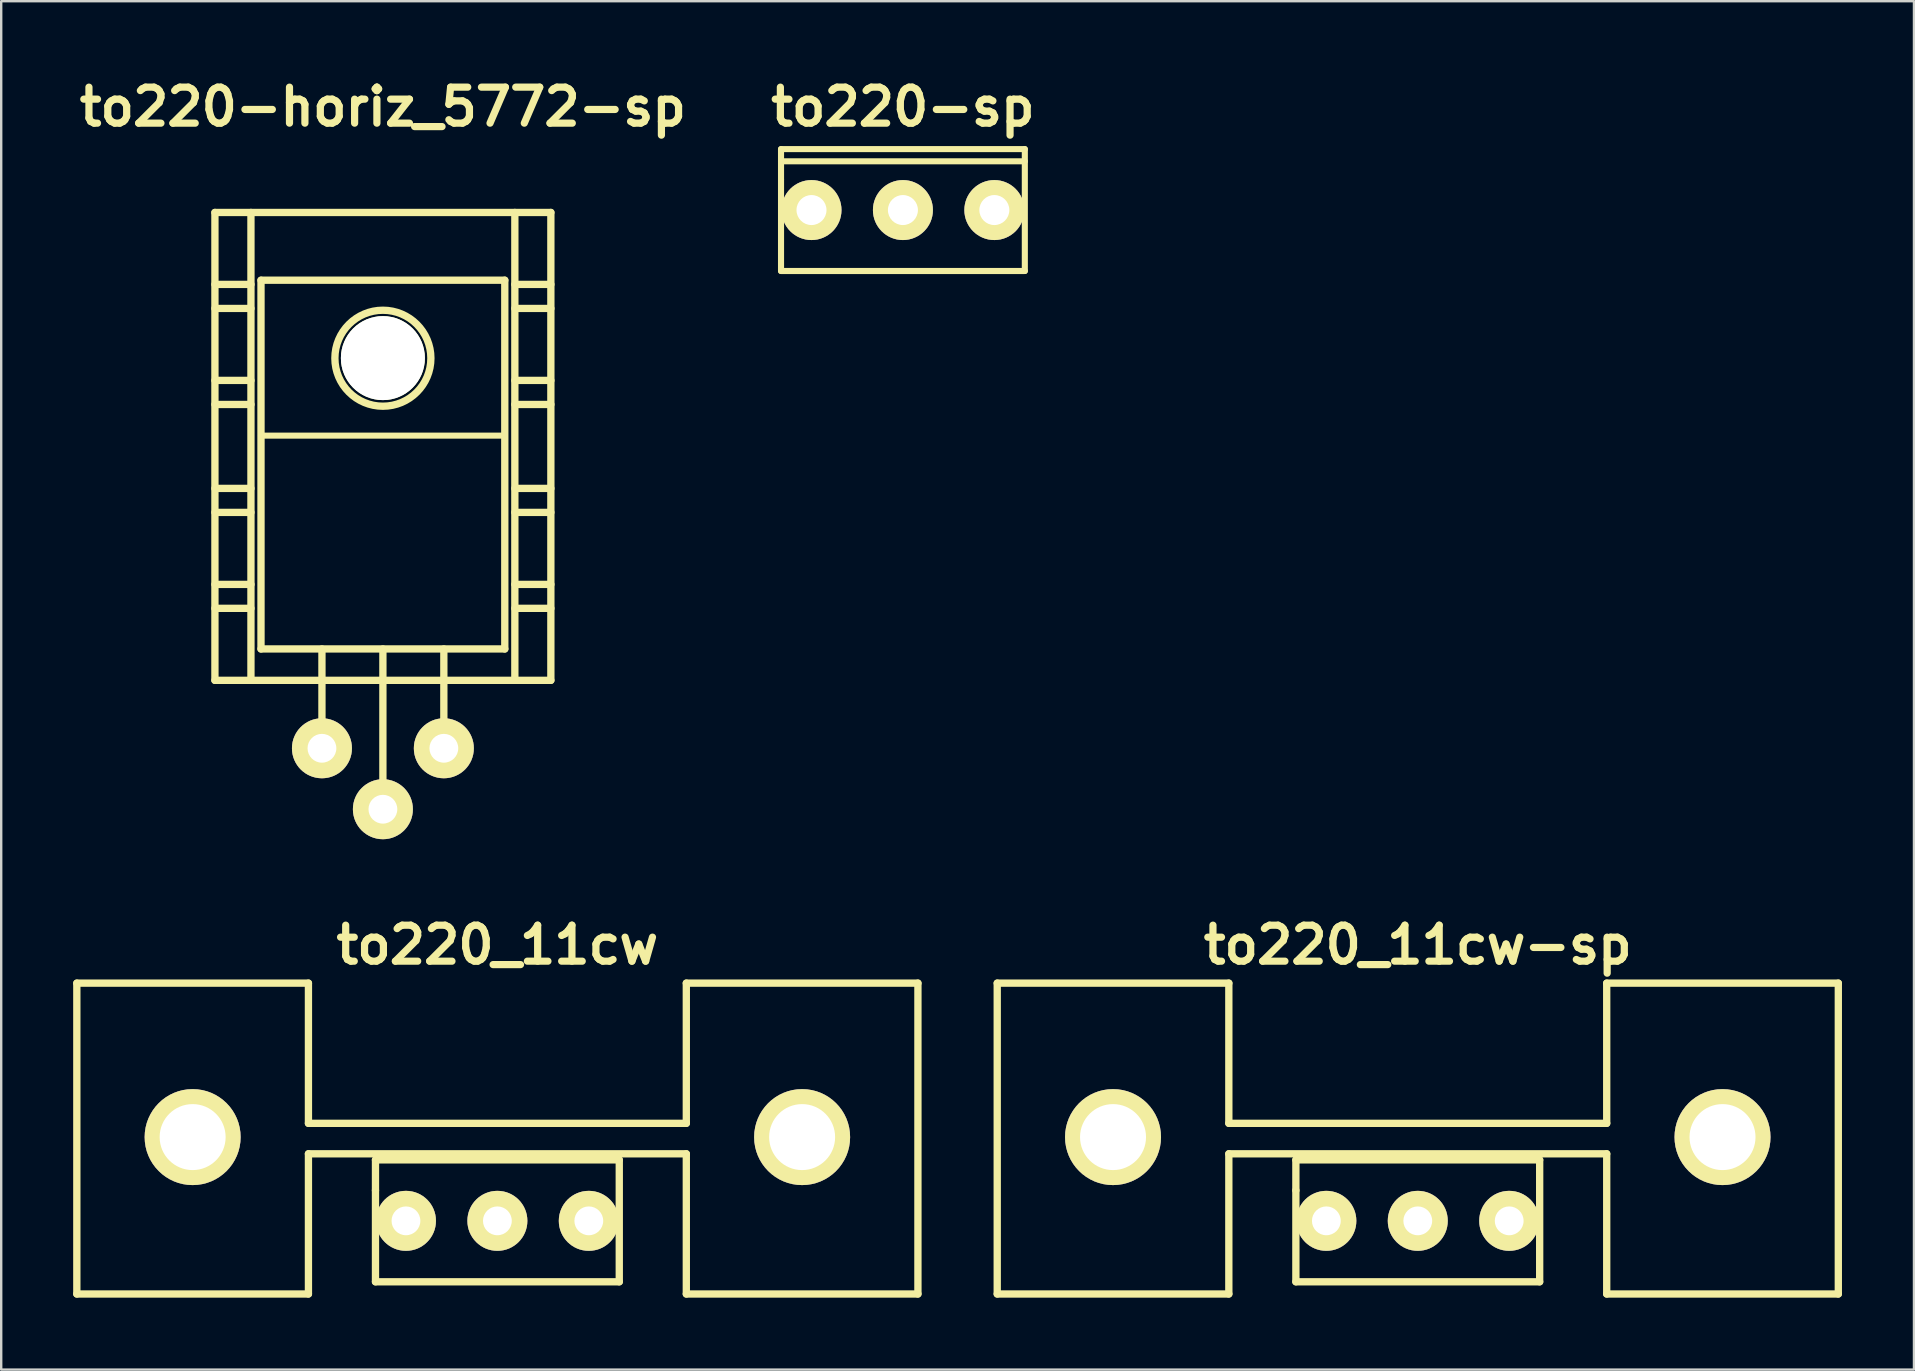
<source format=kicad_pcb>
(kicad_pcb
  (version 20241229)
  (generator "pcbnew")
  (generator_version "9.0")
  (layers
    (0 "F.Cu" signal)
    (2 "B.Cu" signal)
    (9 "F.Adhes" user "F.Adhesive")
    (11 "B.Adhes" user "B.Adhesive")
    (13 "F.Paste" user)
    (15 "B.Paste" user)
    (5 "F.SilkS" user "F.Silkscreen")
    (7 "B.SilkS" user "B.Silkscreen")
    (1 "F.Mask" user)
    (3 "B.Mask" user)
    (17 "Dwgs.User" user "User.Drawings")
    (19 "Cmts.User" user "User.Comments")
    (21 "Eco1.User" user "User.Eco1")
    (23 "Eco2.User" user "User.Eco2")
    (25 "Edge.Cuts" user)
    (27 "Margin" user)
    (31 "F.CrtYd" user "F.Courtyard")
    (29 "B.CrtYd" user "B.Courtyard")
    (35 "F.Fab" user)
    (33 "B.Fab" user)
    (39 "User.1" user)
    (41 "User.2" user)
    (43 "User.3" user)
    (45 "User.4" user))
  (footprint "to220_11cw-sp"
    (layer "F.Cu")
    (at 56.035 47.828)
    (property "Reference" "to220_11cw-sp" (at 0 -11.5 0) (layer "F.SilkS") (effects (font (size 1.5 1.5) (thickness 0.3))))
    (attr through_hole)
    (fp_line (start -17.526 -9.906) (end -17.526 3.048) (stroke (width 0.305) (type solid)) (layer "F.SilkS"))
    (fp_line (start -17.526 3.048) (end -7.874 3.048) (stroke (width 0.305) (type solid)) (layer "F.SilkS"))
    (fp_line (start -7.874 -9.906) (end -17.526 -9.906) (stroke (width 0.305) (type solid)) (layer "F.SilkS"))
    (fp_line (start -7.874 -9.906) (end -7.874 -4.064) (stroke (width 0.305) (type solid)) (layer "F.SilkS"))
    (fp_line (start -7.874 -2.794) (end -7.874 3.048) (stroke (width 0.305) (type solid)) (layer "F.SilkS"))
    (fp_line (start -7.874 -2.794) (end 7.874 -2.794) (stroke (width 0.305) (type solid)) (layer "F.SilkS"))
    (fp_line (start -5.08 -2.54) (end -5.08 -1.27) (stroke (width 0.305) (type solid)) (layer "F.SilkS"))
    (fp_line (start -5.08 -1.27) (end -5.08 2.54) (stroke (width 0.305) (type solid)) (layer "F.SilkS"))
    (fp_line (start -5.08 2.54) (end 5.08 2.54) (stroke (width 0.305) (type solid)) (layer "F.SilkS"))
    (fp_line (start 5.08 -2.54) (end -5.08 -2.54) (stroke (width 0.305) (type solid)) (layer "F.SilkS"))
    (fp_line (start 5.08 2.54) (end 5.08 -2.54) (stroke (width 0.305) (type solid)) (layer "F.SilkS"))
    (fp_line (start 7.874 -9.906) (end 7.874 -4.064) (stroke (width 0.305) (type solid)) (layer "F.SilkS"))
    (fp_line (start 7.874 -4.064) (end -7.874 -4.064) (stroke (width 0.305) (type solid)) (layer "F.SilkS"))
    (fp_line (start 7.874 3.048) (end 7.874 -2.794) (stroke (width 0.305) (type solid)) (layer "F.SilkS"))
    (fp_line (start 7.874 3.048) (end 17.526 3.048) (stroke (width 0.305) (type solid)) (layer "F.SilkS"))
    (fp_line (start 17.526 -9.906) (end 7.874 -9.906) (stroke (width 0.305) (type solid)) (layer "F.SilkS"))
    (fp_line (start 17.526 -9.906) (end 17.526 3.048) (stroke (width 0.305) (type solid)) (layer "F.SilkS"))
    (pad "" thru_hole circle (at -12.7 -3.49) (size 4 4) (drill 2.75) (layers "*.Cu" "*.Mask" "F.SilkS"))
    (pad "" thru_hole circle (at 12.7 -3.49) (size 4 4) (drill 2.75) (layers "*.Cu" "*.Mask" "F.SilkS"))
    (pad "1" thru_hole circle (at -3.81 0) (size 2.5 2.5) (drill 1.2) (layers "*.Cu" "*.Mask" "F.SilkS"))
    (pad "2" thru_hole circle (at 0 0) (size 2.5 2.5) (drill 1.2) (layers "*.Cu" "*.Mask" "F.SilkS"))
    (pad "3" thru_hole circle (at 3.81 0) (size 2.5 2.5) (drill 1.2) (layers "*.Cu" "*.Mask" "F.SilkS")))
  (footprint "to220_11cw"
    (layer "F.Cu")
    (at 17.678 47.828)
    (property "Reference" "to220_11cw" (at 0 -11.5 0) (layer "F.SilkS") (effects (font (size 1.5 1.5) (thickness 0.3))))
    (attr through_hole)
    (fp_line (start -17.526 -9.906) (end -17.526 3.048) (stroke (width 0.305) (type solid)) (layer "F.SilkS"))
    (fp_line (start -17.526 3.048) (end -7.874 3.048) (stroke (width 0.305) (type solid)) (layer "F.SilkS"))
    (fp_line (start -7.874 -9.906) (end -17.526 -9.906) (stroke (width 0.305) (type solid)) (layer "F.SilkS"))
    (fp_line (start -7.874 -9.906) (end -7.874 -4.064) (stroke (width 0.305) (type solid)) (layer "F.SilkS"))
    (fp_line (start -7.874 -2.794) (end -7.874 3.048) (stroke (width 0.305) (type solid)) (layer "F.SilkS"))
    (fp_line (start -7.874 -2.794) (end 7.874 -2.794) (stroke (width 0.305) (type solid)) (layer "F.SilkS"))
    (fp_line (start -5.08 -2.54) (end -5.08 -1.27) (stroke (width 0.305) (type solid)) (layer "F.SilkS"))
    (fp_line (start -5.08 -1.27) (end -5.08 2.54) (stroke (width 0.305) (type solid)) (layer "F.SilkS"))
    (fp_line (start -5.08 2.54) (end 5.08 2.54) (stroke (width 0.305) (type solid)) (layer "F.SilkS"))
    (fp_line (start 5.08 -2.54) (end -5.08 -2.54) (stroke (width 0.305) (type solid)) (layer "F.SilkS"))
    (fp_line (start 5.08 2.54) (end 5.08 -2.54) (stroke (width 0.305) (type solid)) (layer "F.SilkS"))
    (fp_line (start 7.874 -9.906) (end 7.874 -4.064) (stroke (width 0.305) (type solid)) (layer "F.SilkS"))
    (fp_line (start 7.874 -4.064) (end -7.874 -4.064) (stroke (width 0.305) (type solid)) (layer "F.SilkS"))
    (fp_line (start 7.874 3.048) (end 7.874 -2.794) (stroke (width 0.305) (type solid)) (layer "F.SilkS"))
    (fp_line (start 7.874 3.048) (end 17.526 3.048) (stroke (width 0.305) (type solid)) (layer "F.SilkS"))
    (fp_line (start 17.526 -9.906) (end 7.874 -9.906) (stroke (width 0.305) (type solid)) (layer "F.SilkS"))
    (fp_line (start 17.526 -9.906) (end 17.526 3.048) (stroke (width 0.305) (type solid)) (layer "F.SilkS"))
    (pad "" thru_hole circle (at -12.7 -3.49) (size 4 4) (drill 2.75) (layers "*.Cu" "*.Mask" "F.SilkS"))
    (pad "" thru_hole circle (at 12.7 -3.49) (size 4 4) (drill 2.75) (layers "*.Cu" "*.Mask" "F.SilkS"))
    (pad "1" thru_hole circle (at 3.81 0) (size 2.5 2.5) (drill 1.2) (layers "*.Cu" "*.Mask" "F.SilkS"))
    (pad "2" thru_hole circle (at 0 0) (size 2.5 2.5) (drill 1.2) (layers "*.Cu" "*.Mask" "F.SilkS"))
    (pad "3" thru_hole circle (at -3.81 0) (size 2.5 2.5) (drill 1.2) (layers "*.Cu" "*.Mask" "F.SilkS")))
  (footprint "to220-sp"
    (layer "F.Cu")
    (at 34.579 5.704)
    (property "Reference" "to220-sp" (at 0 -4.3 0) (layer "F.SilkS") (effects (font (size 1.5 1.5) (thickness 0.3))))
    (attr through_hole)
    (fp_line (start -5.08 -2.54) (end -5.08 -1.27) (stroke (width 0.254) (type solid)) (layer "F.SilkS"))
    (fp_line (start -5.08 -2.032) (end 5.08 -2.032) (stroke (width 0.254) (type solid)) (layer "F.SilkS"))
    (fp_line (start -5.08 -1.27) (end -5.08 2.54) (stroke (width 0.254) (type solid)) (layer "F.SilkS"))
    (fp_line (start -5.08 2.54) (end 5.08 2.54) (stroke (width 0.254) (type solid)) (layer "F.SilkS"))
    (fp_line (start 5.08 -2.54) (end -5.08 -2.54) (stroke (width 0.254) (type solid)) (layer "F.SilkS"))
    (fp_line (start 5.08 2.54) (end 5.08 -2.54) (stroke (width 0.254) (type solid)) (layer "F.SilkS"))
    (pad "1" thru_hole circle (at -3.81 0) (size 2.5 2.5) (drill 1.25) (layers "*.Cu" "*.Mask" "F.SilkS"))
    (pad "2" thru_hole circle (at 0 0) (size 2.5 2.5) (drill 1.25) (layers "*.Cu" "*.Mask" "F.SilkS"))
    (pad "3" thru_hole circle (at 3.81 0) (size 2.5 2.5) (drill 1.25) (layers "*.Cu" "*.Mask" "F.SilkS")))
  (footprint "to220-horiz_5772-sp"
    (layer "F.Cu")
    (at 12.907 19.804)
    (property "Reference" "to220-horiz_5772-sp" (at 0 -18.4 0) (layer "F.SilkS") (effects (font (size 1.5 1.5) (thickness 0.3))))
    (attr through_hole)
    (fp_line (start -7 -14) (end -7 5.499) (stroke (width 0.305) (type solid)) (layer "F.SilkS"))
    (fp_line (start -7 -11.001) (end -5.499 -11.001) (stroke (width 0.305) (type solid)) (layer "F.SilkS"))
    (fp_line (start -7 -10) (end -5.499 -10) (stroke (width 0.305) (type solid)) (layer "F.SilkS"))
    (fp_line (start -7 -7) (end -5.499 -7) (stroke (width 0.305) (type solid)) (layer "F.SilkS"))
    (fp_line (start -7 -5.999) (end -5.499 -5.999) (stroke (width 0.305) (type solid)) (layer "F.SilkS"))
    (fp_line (start -7 -2.499) (end -5.499 -2.499) (stroke (width 0.305) (type solid)) (layer "F.SilkS"))
    (fp_line (start -7 -1.501) (end -5.499 -1.501) (stroke (width 0.305) (type solid)) (layer "F.SilkS"))
    (fp_line (start -7 1.501) (end -5.499 1.501) (stroke (width 0.305) (type solid)) (layer "F.SilkS"))
    (fp_line (start -7 2.499) (end -5.499 2.499) (stroke (width 0.305) (type solid)) (layer "F.SilkS"))
    (fp_line (start -7 5.499) (end 7 5.499) (stroke (width 0.305) (type solid)) (layer "F.SilkS"))
    (fp_line (start -5.499 5.499) (end -5.499 -14) (stroke (width 0.305) (type solid)) (layer "F.SilkS"))
    (fp_line (start -5.08 -11.176) (end -5.08 4.191) (stroke (width 0.305) (type solid)) (layer "F.SilkS"))
    (fp_line (start -5.08 4.191) (end 5.08 4.191) (stroke (width 0.305) (type solid)) (layer "F.SilkS"))
    (fp_line (start -2.54 8.382) (end -2.54 4.191) (stroke (width 0.305) (type solid)) (layer "F.SilkS"))
    (fp_line (start 0 4.191) (end 0 10.922) (stroke (width 0.305) (type solid)) (layer "F.SilkS"))
    (fp_line (start 2.54 8.382) (end 2.54 4.191) (stroke (width 0.305) (type solid)) (layer "F.SilkS"))
    (fp_line (start 5.08 -11.176) (end -5.08 -11.176) (stroke (width 0.305) (type solid)) (layer "F.SilkS"))
    (fp_line (start 5.08 -4.699) (end -5.08 -4.699) (stroke (width 0.254) (type solid)) (layer "F.SilkS"))
    (fp_line (start 5.08 4.191) (end 5.08 -11.176) (stroke (width 0.305) (type solid)) (layer "F.SilkS"))
    (fp_line (start 5.499 -14) (end 5.499 5.499) (stroke (width 0.305) (type solid)) (layer "F.SilkS"))
    (fp_line (start 5.499 -11.001) (end 7 -11.001) (stroke (width 0.305) (type solid)) (layer "F.SilkS"))
    (fp_line (start 5.499 -10) (end 7 -10) (stroke (width 0.305) (type solid)) (layer "F.SilkS"))
    (fp_line (start 5.499 -7) (end 7 -7) (stroke (width 0.305) (type solid)) (layer "F.SilkS"))
    (fp_line (start 5.499 -5.999) (end 7 -5.999) (stroke (width 0.305) (type solid)) (layer "F.SilkS"))
    (fp_line (start 5.499 -2.499) (end 7 -2.499) (stroke (width 0.305) (type solid)) (layer "F.SilkS"))
    (fp_line (start 5.499 -1.501) (end 7 -1.501) (stroke (width 0.305) (type solid)) (layer "F.SilkS"))
    (fp_line (start 5.499 1.501) (end 7 1.501) (stroke (width 0.305) (type solid)) (layer "F.SilkS"))
    (fp_line (start 5.499 2.499) (end 7 2.499) (stroke (width 0.305) (type solid)) (layer "F.SilkS"))
    (fp_line (start 7 -14) (end -7 -14) (stroke (width 0.305) (type solid)) (layer "F.SilkS"))
    (fp_line (start 7 5.499) (end 7 -14) (stroke (width 0.305) (type solid)) (layer "F.SilkS"))
    (fp_circle (center 0 -7.925) (end -1.999 -8.001) (stroke (width 0.305) (type solid)) (fill no) (layer "F.SilkS"))
    (pad "" np_thru_hole circle (at 0 -7.93) (size 3.5 3.5) (drill 3.5) (layers "*.Cu" "*.Mask" "F.SilkS"))
    (pad "1" thru_hole circle (at -2.54 8.33) (size 2.5 2.5) (drill 1.2) (layers "*.Cu" "*.Mask" "F.SilkS"))
    (pad "2" thru_hole circle (at 0 10.87) (size 2.5 2.5) (drill 1.2) (layers "*.Cu" "*.Mask" "F.SilkS"))
    (pad "3" thru_hole circle (at 2.54 8.33) (size 2.5 2.5) (drill 1.2) (layers "*.Cu" "*.Mask" "F.SilkS")))
  (gr_rect
    (start -3 -3)
    (end 76.714 54.028)
    (stroke (width 0.1) (type default))
    (fill no)
    (layer "Edge.Cuts")))
</source>
